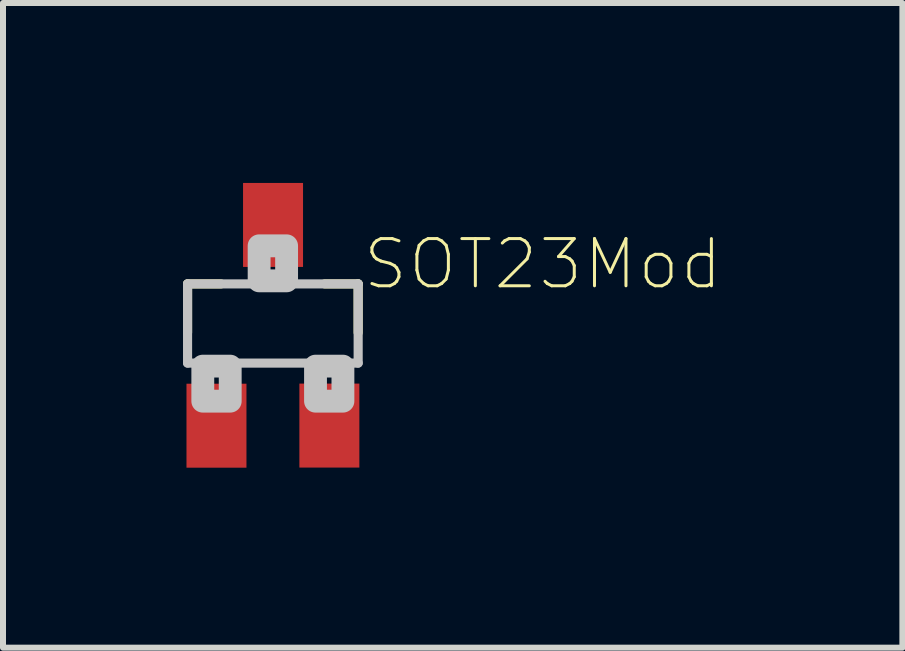
<source format=kicad_pcb>
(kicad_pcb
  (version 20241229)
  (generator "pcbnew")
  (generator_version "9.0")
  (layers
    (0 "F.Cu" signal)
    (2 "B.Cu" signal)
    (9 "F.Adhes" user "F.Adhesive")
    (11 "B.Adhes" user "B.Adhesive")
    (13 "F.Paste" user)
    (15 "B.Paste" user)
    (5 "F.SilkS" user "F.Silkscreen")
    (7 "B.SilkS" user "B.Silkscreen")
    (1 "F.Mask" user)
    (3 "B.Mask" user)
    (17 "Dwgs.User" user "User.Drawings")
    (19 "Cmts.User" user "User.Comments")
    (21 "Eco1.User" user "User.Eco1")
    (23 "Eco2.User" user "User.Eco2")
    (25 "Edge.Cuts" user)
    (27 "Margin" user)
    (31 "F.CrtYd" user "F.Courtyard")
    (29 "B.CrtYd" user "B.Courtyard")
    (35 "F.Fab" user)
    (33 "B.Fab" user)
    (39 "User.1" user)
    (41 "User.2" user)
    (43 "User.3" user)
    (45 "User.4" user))
  (footprint "SOT23Mod"
    (layer "F.Cu")
    (at 1.499 2.343)
    (property "Reference" "SOT23Mod" (at 4.5 -0.99 0) (layer "F.SilkS") (effects (font (size 0.787 0.787) (thickness 0.05))))
    (attr smd)
    (fp_line (start -1.422 -0.66) (end -0.864 -0.66) (stroke (width 0.152) (type solid)) (layer "F.SilkS"))
    (fp_line (start -1.422 0.152) (end -1.422 -0.66) (stroke (width 0.152) (type solid)) (layer "F.SilkS"))
    (fp_line (start 0.864 -0.66) (end 1.422 -0.66) (stroke (width 0.152) (type solid)) (layer "F.SilkS"))
    (fp_line (start 1.422 -0.66) (end 1.422 0.152) (stroke (width 0.152) (type solid)) (layer "F.SilkS"))
    (fp_line (start -1.422 -0.66) (end 1.422 -0.66) (stroke (width 0.152) (type solid)) (layer "Dwgs.User"))
    (fp_line (start -1.422 0.66) (end -1.422 -0.66) (stroke (width 0.152) (type solid)) (layer "Dwgs.User"))
    (fp_line (start 1.422 -0.66) (end 1.422 0.66) (stroke (width 0.152) (type solid)) (layer "Dwgs.User"))
    (fp_line (start 1.422 0.66) (end -1.422 0.66) (stroke (width 0.152) (type solid)) (layer "Dwgs.User"))
    (fp_poly (pts (xy -1.168 0.711) (xy -0.711 0.711) (xy -0.711 1.295) (xy -1.168 1.295)) (stroke (width 0.381) (type solid)) (fill no) (layer "Dwgs.User"))
    (fp_poly (pts (xy -0.229 -1.295) (xy 0.229 -1.295) (xy 0.229 -0.711) (xy -0.229 -0.711)) (stroke (width 0.381) (type solid)) (fill no) (layer "Dwgs.User"))
    (fp_poly (pts (xy 0.711 0.711) (xy 1.168 0.711) (xy 1.168 1.295) (xy 0.711 1.295)) (stroke (width 0.381) (type solid)) (fill no) (layer "Dwgs.User"))
    (pad "1" smd rect (at -0.94 1.704) (size 1 1.4) (layers "F.Cu" "F.Mask" "F.Paste"))
    (pad "2" smd rect (at 0.942 1.702) (size 1 1.4) (layers "F.Cu" "F.Mask" "F.Paste"))
    (pad "3" smd rect (at 0.003 -1.643) (size 1 1.4) (layers "F.Cu" "F.Mask" "F.Paste")))
  (gr_rect
    (start -3 -3)
    (end 11.994 7.748)
    (stroke (width 0.1) (type default))
    (fill no)
    (layer "Edge.Cuts")))
</source>
